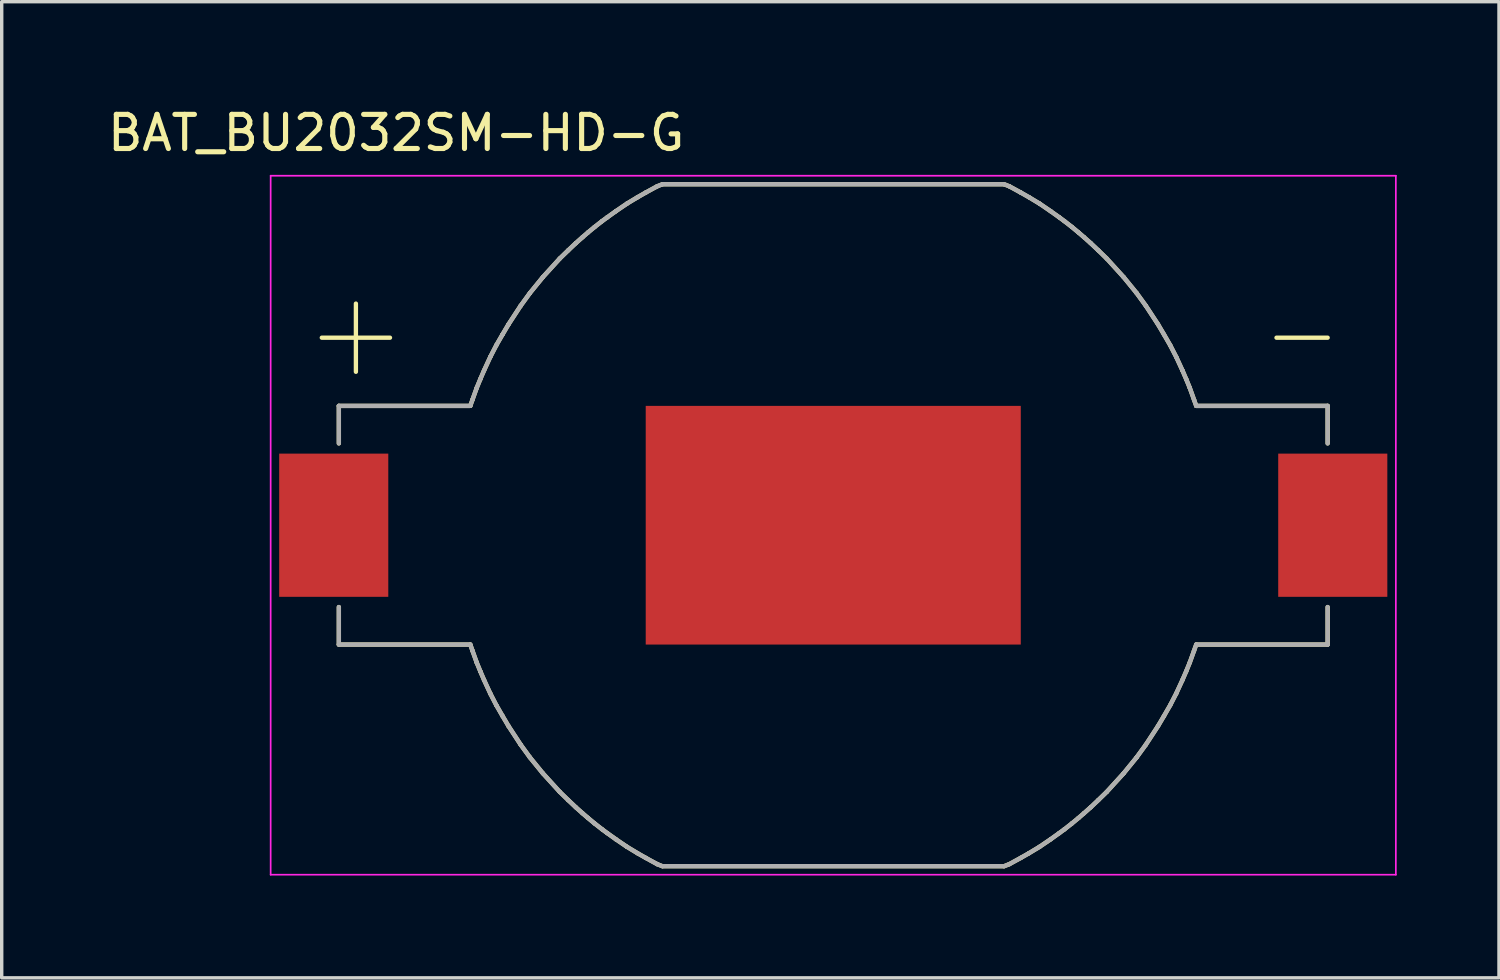
<source format=kicad_pcb>
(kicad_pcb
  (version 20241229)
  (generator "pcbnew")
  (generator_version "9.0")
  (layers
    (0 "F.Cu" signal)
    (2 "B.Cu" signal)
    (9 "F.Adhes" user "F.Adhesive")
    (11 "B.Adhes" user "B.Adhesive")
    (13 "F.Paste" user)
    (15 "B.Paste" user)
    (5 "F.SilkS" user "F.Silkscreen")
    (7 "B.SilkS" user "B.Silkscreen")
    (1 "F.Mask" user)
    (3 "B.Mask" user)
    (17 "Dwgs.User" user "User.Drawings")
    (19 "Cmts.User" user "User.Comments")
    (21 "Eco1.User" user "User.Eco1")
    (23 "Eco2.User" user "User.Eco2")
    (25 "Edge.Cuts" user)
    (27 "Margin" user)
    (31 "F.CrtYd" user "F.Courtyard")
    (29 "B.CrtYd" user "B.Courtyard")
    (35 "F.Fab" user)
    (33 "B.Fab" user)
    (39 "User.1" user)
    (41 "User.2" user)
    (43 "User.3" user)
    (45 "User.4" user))
  (footprint "BAT_BU2032SM-HD-G"
    (layer "F.Cu")
    (at 21.388 12.354)
    (property "Reference" "BAT_BU2032SM-HD-G" (at -12.819 -11.504 0) (layer "F.SilkS") (effects (font (size 1.002 1.002) (thickness 0.15))))
    (attr through_hole)
    (fp_poly (pts (xy -5.5 -3.5) (xy 5.5 -3.5) (xy 5.5 3.5) (xy -5.5 3.5)) (stroke (width 0.000009) (type solid)) (fill yes) (layer "F.Cu"))
    (fp_poly (pts (xy -5.6 -3.6) (xy 5.6 -3.6) (xy 5.6 3.6) (xy -5.6 3.6)) (stroke (width 0.000009) (type solid)) (fill yes) (layer "F.Mask"))
    (fp_line (start -15 -5.5) (end -13 -5.5) (stroke (width 0.127) (type solid)) (layer "F.SilkS"))
    (fp_line (start -14.5 -3.5) (end -10.645 -3.5) (stroke (width 0.127) (type solid)) (layer "F.SilkS"))
    (fp_line (start -14.5 -2.4) (end -14.5 -3.5) (stroke (width 0.127) (type solid)) (layer "F.SilkS"))
    (fp_line (start -14.5 2.4) (end -14.5 3.5) (stroke (width 0.127) (type solid)) (layer "F.SilkS"))
    (fp_line (start -14.5 3.5) (end -10.645 3.5) (stroke (width 0.127) (type solid)) (layer "F.SilkS"))
    (fp_line (start -14 -6.5) (end -14 -4.5) (stroke (width 0.127) (type solid)) (layer "F.SilkS"))
    (fp_line (start -10.645 -3.5) (end -10.581 -3.681) (stroke (width 0.127) (type solid)) (layer "F.SilkS"))
    (fp_line (start -10.645 3.5) (end -10.581 3.681) (stroke (width 0.127) (type solid)) (layer "F.SilkS"))
    (fp_line (start -10.581 -3.681) (end -10.458 -4.024) (stroke (width 0.127) (type solid)) (layer "F.SilkS"))
    (fp_line (start -10.581 3.681) (end -10.458 4.024) (stroke (width 0.127) (type solid)) (layer "F.SilkS"))
    (fp_line (start -10.458 -4.024) (end -10.35 -4.287) (stroke (width 0.127) (type solid)) (layer "F.SilkS"))
    (fp_line (start -10.458 4.024) (end -10.35 4.287) (stroke (width 0.127) (type solid)) (layer "F.SilkS"))
    (fp_line (start -10.35 -4.287) (end -10.242 -4.538) (stroke (width 0.127) (type solid)) (layer "F.SilkS"))
    (fp_line (start -10.35 4.287) (end -10.242 4.538) (stroke (width 0.127) (type solid)) (layer "F.SilkS"))
    (fp_line (start -10.242 -4.538) (end -10.058 -4.937) (stroke (width 0.127) (type solid)) (layer "F.SilkS"))
    (fp_line (start -10.242 4.538) (end -10.058 4.937) (stroke (width 0.127) (type solid)) (layer "F.SilkS"))
    (fp_line (start -10.058 -4.937) (end -9.88 -5.282) (stroke (width 0.127) (type solid)) (layer "F.SilkS"))
    (fp_line (start -10.058 4.937) (end -9.88 5.282) (stroke (width 0.127) (type solid)) (layer "F.SilkS"))
    (fp_line (start -9.88 -5.282) (end -9.7 -5.594) (stroke (width 0.127) (type solid)) (layer "F.SilkS"))
    (fp_line (start -9.88 5.282) (end -9.7 5.594) (stroke (width 0.127) (type solid)) (layer "F.SilkS"))
    (fp_line (start -9.7 -5.594) (end -9.524 -5.892) (stroke (width 0.127) (type solid)) (layer "F.SilkS"))
    (fp_line (start -9.7 5.594) (end -9.524 5.892) (stroke (width 0.127) (type solid)) (layer "F.SilkS"))
    (fp_line (start -9.524 -5.892) (end -9.168 -6.436) (stroke (width 0.127) (type solid)) (layer "F.SilkS"))
    (fp_line (start -9.524 5.892) (end -9.168 6.436) (stroke (width 0.127) (type solid)) (layer "F.SilkS"))
    (fp_line (start -9.168 -6.436) (end -8.897 -6.809) (stroke (width 0.127) (type solid)) (layer "F.SilkS"))
    (fp_line (start -9.168 6.436) (end -8.897 6.809) (stroke (width 0.127) (type solid)) (layer "F.SilkS"))
    (fp_line (start -8.897 -6.809) (end -8.516 -7.277) (stroke (width 0.127) (type solid)) (layer "F.SilkS"))
    (fp_line (start -8.897 6.809) (end -8.516 7.277) (stroke (width 0.127) (type solid)) (layer "F.SilkS"))
    (fp_line (start -8.516 -7.277) (end -8.022 -7.82) (stroke (width 0.127) (type solid)) (layer "F.SilkS"))
    (fp_line (start -8.516 7.277) (end -8.022 7.82) (stroke (width 0.127) (type solid)) (layer "F.SilkS"))
    (fp_line (start -8.022 -7.82) (end -7.774 -8.061) (stroke (width 0.127) (type solid)) (layer "F.SilkS"))
    (fp_line (start -8.022 7.82) (end -7.774 8.061) (stroke (width 0.127) (type solid)) (layer "F.SilkS"))
    (fp_line (start -7.774 -8.061) (end -7.55 -8.273) (stroke (width 0.127) (type solid)) (layer "F.SilkS"))
    (fp_line (start -7.774 8.061) (end -7.55 8.273) (stroke (width 0.127) (type solid)) (layer "F.SilkS"))
    (fp_line (start -7.55 -8.273) (end -7.354 -8.447) (stroke (width 0.127) (type solid)) (layer "F.SilkS"))
    (fp_line (start -7.55 8.273) (end -7.354 8.447) (stroke (width 0.127) (type solid)) (layer "F.SilkS"))
    (fp_line (start -7.354 -8.447) (end -7.193 -8.586) (stroke (width 0.127) (type solid)) (layer "F.SilkS"))
    (fp_line (start -7.354 8.447) (end -7.193 8.586) (stroke (width 0.127) (type solid)) (layer "F.SilkS"))
    (fp_line (start -7.193 -8.586) (end -7 -8.746) (stroke (width 0.127) (type solid)) (layer "F.SilkS"))
    (fp_line (start -7.193 8.586) (end -7 8.746) (stroke (width 0.127) (type solid)) (layer "F.SilkS"))
    (fp_line (start -7 -8.746) (end -6.779 -8.919) (stroke (width 0.127) (type solid)) (layer "F.SilkS"))
    (fp_line (start -7 8.746) (end -6.779 8.919) (stroke (width 0.127) (type solid)) (layer "F.SilkS"))
    (fp_line (start -6.779 -8.919) (end -6.628 -9.03) (stroke (width 0.127) (type solid)) (layer "F.SilkS"))
    (fp_line (start -6.779 8.919) (end -6.628 9.03) (stroke (width 0.127) (type solid)) (layer "F.SilkS"))
    (fp_line (start -6.628 -9.03) (end -6.375 -9.211) (stroke (width 0.127) (type solid)) (layer "F.SilkS"))
    (fp_line (start -6.628 9.03) (end -6.375 9.211) (stroke (width 0.127) (type solid)) (layer "F.SilkS"))
    (fp_line (start -6.375 -9.211) (end -6.049 -9.433) (stroke (width 0.127) (type solid)) (layer "F.SilkS"))
    (fp_line (start -6.375 9.211) (end -6.049 9.433) (stroke (width 0.127) (type solid)) (layer "F.SilkS"))
    (fp_line (start -6.049 -9.433) (end -5.741 -9.619) (stroke (width 0.127) (type solid)) (layer "F.SilkS"))
    (fp_line (start -6.049 9.433) (end -5.741 9.619) (stroke (width 0.127) (type solid)) (layer "F.SilkS"))
    (fp_line (start -5.741 -9.619) (end -5.497 -9.758) (stroke (width 0.127) (type solid)) (layer "F.SilkS"))
    (fp_line (start -5.741 9.619) (end -5.497 9.758) (stroke (width 0.127) (type solid)) (layer "F.SilkS"))
    (fp_line (start -5.497 -9.758) (end -5.166 -9.939) (stroke (width 0.127) (type solid)) (layer "F.SilkS"))
    (fp_line (start -5.497 9.758) (end -5.166 9.939) (stroke (width 0.127) (type solid)) (layer "F.SilkS"))
    (fp_line (start -5.166 -9.939) (end -5.013 -10) (stroke (width 0.127) (type solid)) (layer "F.SilkS"))
    (fp_line (start -5.166 9.939) (end -5.013 10) (stroke (width 0.127) (type solid)) (layer "F.SilkS"))
    (fp_line (start -5 -10) (end 5 -10) (stroke (width 0.127) (type solid)) (layer "F.SilkS"))
    (fp_line (start -5 10) (end 5 10) (stroke (width 0.127) (type solid)) (layer "F.SilkS"))
    (fp_line (start 5.166 -9.939) (end 5.013 -10) (stroke (width 0.127) (type solid)) (layer "F.SilkS"))
    (fp_line (start 5.166 9.939) (end 5.013 10) (stroke (width 0.127) (type solid)) (layer "F.SilkS"))
    (fp_line (start 5.497 -9.758) (end 5.166 -9.939) (stroke (width 0.127) (type solid)) (layer "F.SilkS"))
    (fp_line (start 5.497 9.758) (end 5.166 9.939) (stroke (width 0.127) (type solid)) (layer "F.SilkS"))
    (fp_line (start 5.741 -9.619) (end 5.497 -9.758) (stroke (width 0.127) (type solid)) (layer "F.SilkS"))
    (fp_line (start 5.741 9.619) (end 5.497 9.758) (stroke (width 0.127) (type solid)) (layer "F.SilkS"))
    (fp_line (start 6.049 -9.433) (end 5.741 -9.619) (stroke (width 0.127) (type solid)) (layer "F.SilkS"))
    (fp_line (start 6.049 9.433) (end 5.741 9.619) (stroke (width 0.127) (type solid)) (layer "F.SilkS"))
    (fp_line (start 6.375 -9.211) (end 6.049 -9.433) (stroke (width 0.127) (type solid)) (layer "F.SilkS"))
    (fp_line (start 6.375 9.211) (end 6.049 9.433) (stroke (width 0.127) (type solid)) (layer "F.SilkS"))
    (fp_line (start 6.628 -9.03) (end 6.375 -9.211) (stroke (width 0.127) (type solid)) (layer "F.SilkS"))
    (fp_line (start 6.628 9.03) (end 6.375 9.211) (stroke (width 0.127) (type solid)) (layer "F.SilkS"))
    (fp_line (start 6.779 -8.919) (end 6.628 -9.03) (stroke (width 0.127) (type solid)) (layer "F.SilkS"))
    (fp_line (start 6.779 8.919) (end 6.628 9.03) (stroke (width 0.127) (type solid)) (layer "F.SilkS"))
    (fp_line (start 7 -8.746) (end 6.779 -8.919) (stroke (width 0.127) (type solid)) (layer "F.SilkS"))
    (fp_line (start 7 8.746) (end 6.779 8.919) (stroke (width 0.127) (type solid)) (layer "F.SilkS"))
    (fp_line (start 7.193 -8.586) (end 7 -8.746) (stroke (width 0.127) (type solid)) (layer "F.SilkS"))
    (fp_line (start 7.193 8.586) (end 7 8.746) (stroke (width 0.127) (type solid)) (layer "F.SilkS"))
    (fp_line (start 7.354 -8.447) (end 7.193 -8.586) (stroke (width 0.127) (type solid)) (layer "F.SilkS"))
    (fp_line (start 7.354 8.447) (end 7.193 8.586) (stroke (width 0.127) (type solid)) (layer "F.SilkS"))
    (fp_line (start 7.55 -8.273) (end 7.354 -8.447) (stroke (width 0.127) (type solid)) (layer "F.SilkS"))
    (fp_line (start 7.55 8.273) (end 7.354 8.447) (stroke (width 0.127) (type solid)) (layer "F.SilkS"))
    (fp_line (start 7.774 -8.061) (end 7.55 -8.273) (stroke (width 0.127) (type solid)) (layer "F.SilkS"))
    (fp_line (start 7.774 8.061) (end 7.55 8.273) (stroke (width 0.127) (type solid)) (layer "F.SilkS"))
    (fp_line (start 8.022 -7.82) (end 7.774 -8.061) (stroke (width 0.127) (type solid)) (layer "F.SilkS"))
    (fp_line (start 8.022 7.82) (end 7.774 8.061) (stroke (width 0.127) (type solid)) (layer "F.SilkS"))
    (fp_line (start 8.516 -7.277) (end 8.022 -7.82) (stroke (width 0.127) (type solid)) (layer "F.SilkS"))
    (fp_line (start 8.516 7.277) (end 8.022 7.82) (stroke (width 0.127) (type solid)) (layer "F.SilkS"))
    (fp_line (start 8.897 -6.809) (end 8.516 -7.277) (stroke (width 0.127) (type solid)) (layer "F.SilkS"))
    (fp_line (start 8.897 6.809) (end 8.516 7.277) (stroke (width 0.127) (type solid)) (layer "F.SilkS"))
    (fp_line (start 9.168 -6.436) (end 8.897 -6.809) (stroke (width 0.127) (type solid)) (layer "F.SilkS"))
    (fp_line (start 9.168 6.436) (end 8.897 6.809) (stroke (width 0.127) (type solid)) (layer "F.SilkS"))
    (fp_line (start 9.524 -5.892) (end 9.168 -6.436) (stroke (width 0.127) (type solid)) (layer "F.SilkS"))
    (fp_line (start 9.524 5.892) (end 9.168 6.436) (stroke (width 0.127) (type solid)) (layer "F.SilkS"))
    (fp_line (start 9.7 -5.594) (end 9.524 -5.892) (stroke (width 0.127) (type solid)) (layer "F.SilkS"))
    (fp_line (start 9.7 5.594) (end 9.524 5.892) (stroke (width 0.127) (type solid)) (layer "F.SilkS"))
    (fp_line (start 9.88 -5.282) (end 9.7 -5.594) (stroke (width 0.127) (type solid)) (layer "F.SilkS"))
    (fp_line (start 9.88 5.282) (end 9.7 5.594) (stroke (width 0.127) (type solid)) (layer "F.SilkS"))
    (fp_line (start 10.058 -4.937) (end 9.88 -5.282) (stroke (width 0.127) (type solid)) (layer "F.SilkS"))
    (fp_line (start 10.058 4.937) (end 9.88 5.282) (stroke (width 0.127) (type solid)) (layer "F.SilkS"))
    (fp_line (start 10.242 -4.538) (end 10.058 -4.937) (stroke (width 0.127) (type solid)) (layer "F.SilkS"))
    (fp_line (start 10.242 4.538) (end 10.058 4.937) (stroke (width 0.127) (type solid)) (layer "F.SilkS"))
    (fp_line (start 10.35 -4.287) (end 10.242 -4.538) (stroke (width 0.127) (type solid)) (layer "F.SilkS"))
    (fp_line (start 10.35 4.287) (end 10.242 4.538) (stroke (width 0.127) (type solid)) (layer "F.SilkS"))
    (fp_line (start 10.458 -4.024) (end 10.35 -4.287) (stroke (width 0.127) (type solid)) (layer "F.SilkS"))
    (fp_line (start 10.458 4.024) (end 10.35 4.287) (stroke (width 0.127) (type solid)) (layer "F.SilkS"))
    (fp_line (start 10.581 -3.681) (end 10.458 -4.024) (stroke (width 0.127) (type solid)) (layer "F.SilkS"))
    (fp_line (start 10.581 3.681) (end 10.458 4.024) (stroke (width 0.127) (type solid)) (layer "F.SilkS"))
    (fp_line (start 10.645 -3.5) (end 10.581 -3.681) (stroke (width 0.127) (type solid)) (layer "F.SilkS"))
    (fp_line (start 10.645 3.5) (end 10.581 3.681) (stroke (width 0.127) (type solid)) (layer "F.SilkS"))
    (fp_line (start 13 -5.5) (end 14.5 -5.5) (stroke (width 0.127) (type solid)) (layer "F.SilkS"))
    (fp_line (start 14.5 -3.5) (end 10.645 -3.5) (stroke (width 0.127) (type solid)) (layer "F.SilkS"))
    (fp_line (start 14.5 -2.4) (end 14.5 -3.5) (stroke (width 0.127) (type solid)) (layer "F.SilkS"))
    (fp_line (start 14.5 2.4) (end 14.5 3.5) (stroke (width 0.127) (type solid)) (layer "F.SilkS"))
    (fp_line (start 14.5 3.5) (end 10.645 3.5) (stroke (width 0.127) (type solid)) (layer "F.SilkS"))
    (fp_line (start -16.5 -10.25) (end -16.5 10.25) (stroke (width 0.05) (type solid)) (layer "F.CrtYd"))
    (fp_line (start -16.5 10.25) (end 16.5 10.25) (stroke (width 0.05) (type solid)) (layer "F.CrtYd"))
    (fp_line (start 16.5 -10.25) (end -16.5 -10.25) (stroke (width 0.05) (type solid)) (layer "F.CrtYd"))
    (fp_line (start 16.5 10.25) (end 16.5 -10.25) (stroke (width 0.05) (type solid)) (layer "F.CrtYd"))
    (fp_line (start -14.5 -3.5) (end -10.645 -3.5) (stroke (width 0.127) (type solid)) (layer "F.Fab"))
    (fp_line (start -14.5 -2.4) (end -14.5 -3.5) (stroke (width 0.127) (type solid)) (layer "F.Fab"))
    (fp_line (start -14.5 2.4) (end -14.5 3.5) (stroke (width 0.127) (type solid)) (layer "F.Fab"))
    (fp_line (start -14.5 3.5) (end -10.645 3.5) (stroke (width 0.127) (type solid)) (layer "F.Fab"))
    (fp_line (start -10.645 -3.5) (end -10.581 -3.681) (stroke (width 0.127) (type solid)) (layer "F.Fab"))
    (fp_line (start -10.645 3.5) (end -10.581 3.681) (stroke (width 0.127) (type solid)) (layer "F.Fab"))
    (fp_line (start -10.581 -3.681) (end -10.458 -4.024) (stroke (width 0.127) (type solid)) (layer "F.Fab"))
    (fp_line (start -10.581 3.681) (end -10.458 4.024) (stroke (width 0.127) (type solid)) (layer "F.Fab"))
    (fp_line (start -10.458 -4.024) (end -10.35 -4.287) (stroke (width 0.127) (type solid)) (layer "F.Fab"))
    (fp_line (start -10.458 4.024) (end -10.35 4.287) (stroke (width 0.127) (type solid)) (layer "F.Fab"))
    (fp_line (start -10.35 -4.287) (end -10.242 -4.538) (stroke (width 0.127) (type solid)) (layer "F.Fab"))
    (fp_line (start -10.35 4.287) (end -10.242 4.538) (stroke (width 0.127) (type solid)) (layer "F.Fab"))
    (fp_line (start -10.242 -4.538) (end -10.058 -4.937) (stroke (width 0.127) (type solid)) (layer "F.Fab"))
    (fp_line (start -10.242 4.538) (end -10.058 4.937) (stroke (width 0.127) (type solid)) (layer "F.Fab"))
    (fp_line (start -10.058 -4.937) (end -9.88 -5.282) (stroke (width 0.127) (type solid)) (layer "F.Fab"))
    (fp_line (start -10.058 4.937) (end -9.88 5.282) (stroke (width 0.127) (type solid)) (layer "F.Fab"))
    (fp_line (start -9.88 -5.282) (end -9.7 -5.594) (stroke (width 0.127) (type solid)) (layer "F.Fab"))
    (fp_line (start -9.88 5.282) (end -9.7 5.594) (stroke (width 0.127) (type solid)) (layer "F.Fab"))
    (fp_line (start -9.7 -5.594) (end -9.524 -5.892) (stroke (width 0.127) (type solid)) (layer "F.Fab"))
    (fp_line (start -9.7 5.594) (end -9.524 5.892) (stroke (width 0.127) (type solid)) (layer "F.Fab"))
    (fp_line (start -9.524 -5.892) (end -9.168 -6.436) (stroke (width 0.127) (type solid)) (layer "F.Fab"))
    (fp_line (start -9.524 5.892) (end -9.168 6.436) (stroke (width 0.127) (type solid)) (layer "F.Fab"))
    (fp_line (start -9.168 -6.436) (end -8.897 -6.809) (stroke (width 0.127) (type solid)) (layer "F.Fab"))
    (fp_line (start -9.168 6.436) (end -8.897 6.809) (stroke (width 0.127) (type solid)) (layer "F.Fab"))
    (fp_line (start -8.897 -6.809) (end -8.516 -7.277) (stroke (width 0.127) (type solid)) (layer "F.Fab"))
    (fp_line (start -8.897 6.809) (end -8.516 7.277) (stroke (width 0.127) (type solid)) (layer "F.Fab"))
    (fp_line (start -8.516 -7.277) (end -8.022 -7.82) (stroke (width 0.127) (type solid)) (layer "F.Fab"))
    (fp_line (start -8.516 7.277) (end -8.022 7.82) (stroke (width 0.127) (type solid)) (layer "F.Fab"))
    (fp_line (start -8.022 -7.82) (end -7.774 -8.061) (stroke (width 0.127) (type solid)) (layer "F.Fab"))
    (fp_line (start -8.022 7.82) (end -7.774 8.061) (stroke (width 0.127) (type solid)) (layer "F.Fab"))
    (fp_line (start -7.774 -8.061) (end -7.55 -8.273) (stroke (width 0.127) (type solid)) (layer "F.Fab"))
    (fp_line (start -7.774 8.061) (end -7.55 8.273) (stroke (width 0.127) (type solid)) (layer "F.Fab"))
    (fp_line (start -7.55 -8.273) (end -7.354 -8.447) (stroke (width 0.127) (type solid)) (layer "F.Fab"))
    (fp_line (start -7.55 8.273) (end -7.354 8.447) (stroke (width 0.127) (type solid)) (layer "F.Fab"))
    (fp_line (start -7.354 -8.447) (end -7.193 -8.586) (stroke (width 0.127) (type solid)) (layer "F.Fab"))
    (fp_line (start -7.354 8.447) (end -7.193 8.586) (stroke (width 0.127) (type solid)) (layer "F.Fab"))
    (fp_line (start -7.193 -8.586) (end -7 -8.746) (stroke (width 0.127) (type solid)) (layer "F.Fab"))
    (fp_line (start -7.193 8.586) (end -7 8.746) (stroke (width 0.127) (type solid)) (layer "F.Fab"))
    (fp_line (start -7 -8.746) (end -6.779 -8.919) (stroke (width 0.127) (type solid)) (layer "F.Fab"))
    (fp_line (start -7 8.746) (end -6.779 8.919) (stroke (width 0.127) (type solid)) (layer "F.Fab"))
    (fp_line (start -6.779 -8.919) (end -6.628 -9.03) (stroke (width 0.127) (type solid)) (layer "F.Fab"))
    (fp_line (start -6.779 8.919) (end -6.628 9.03) (stroke (width 0.127) (type solid)) (layer "F.Fab"))
    (fp_line (start -6.628 -9.03) (end -6.375 -9.211) (stroke (width 0.127) (type solid)) (layer "F.Fab"))
    (fp_line (start -6.628 9.03) (end -6.375 9.211) (stroke (width 0.127) (type solid)) (layer "F.Fab"))
    (fp_line (start -6.375 -9.211) (end -6.049 -9.433) (stroke (width 0.127) (type solid)) (layer "F.Fab"))
    (fp_line (start -6.375 9.211) (end -6.049 9.433) (stroke (width 0.127) (type solid)) (layer "F.Fab"))
    (fp_line (start -6.049 -9.433) (end -5.741 -9.619) (stroke (width 0.127) (type solid)) (layer "F.Fab"))
    (fp_line (start -6.049 9.433) (end -5.741 9.619) (stroke (width 0.127) (type solid)) (layer "F.Fab"))
    (fp_line (start -5.741 -9.619) (end -5.497 -9.758) (stroke (width 0.127) (type solid)) (layer "F.Fab"))
    (fp_line (start -5.741 9.619) (end -5.497 9.758) (stroke (width 0.127) (type solid)) (layer "F.Fab"))
    (fp_line (start -5.497 -9.758) (end -5.166 -9.939) (stroke (width 0.127) (type solid)) (layer "F.Fab"))
    (fp_line (start -5.497 9.758) (end -5.166 9.939) (stroke (width 0.127) (type solid)) (layer "F.Fab"))
    (fp_line (start -5.166 -9.939) (end -5.013 -10) (stroke (width 0.127) (type solid)) (layer "F.Fab"))
    (fp_line (start -5.166 9.939) (end -5.013 10) (stroke (width 0.127) (type solid)) (layer "F.Fab"))
    (fp_line (start -5 -10) (end 5 -10) (stroke (width 0.127) (type solid)) (layer "F.Fab"))
    (fp_line (start -5 10) (end 5 10) (stroke (width 0.127) (type solid)) (layer "F.Fab"))
    (fp_line (start 5.166 -9.939) (end 5.013 -10) (stroke (width 0.127) (type solid)) (layer "F.Fab"))
    (fp_line (start 5.166 9.939) (end 5.013 10) (stroke (width 0.127) (type solid)) (layer "F.Fab"))
    (fp_line (start 5.497 -9.758) (end 5.166 -9.939) (stroke (width 0.127) (type solid)) (layer "F.Fab"))
    (fp_line (start 5.497 9.758) (end 5.166 9.939) (stroke (width 0.127) (type solid)) (layer "F.Fab"))
    (fp_line (start 5.741 -9.619) (end 5.497 -9.758) (stroke (width 0.127) (type solid)) (layer "F.Fab"))
    (fp_line (start 5.741 9.619) (end 5.497 9.758) (stroke (width 0.127) (type solid)) (layer "F.Fab"))
    (fp_line (start 6.049 -9.433) (end 5.741 -9.619) (stroke (width 0.127) (type solid)) (layer "F.Fab"))
    (fp_line (start 6.049 9.433) (end 5.741 9.619) (stroke (width 0.127) (type solid)) (layer "F.Fab"))
    (fp_line (start 6.375 -9.211) (end 6.049 -9.433) (stroke (width 0.127) (type solid)) (layer "F.Fab"))
    (fp_line (start 6.375 9.211) (end 6.049 9.433) (stroke (width 0.127) (type solid)) (layer "F.Fab"))
    (fp_line (start 6.628 -9.03) (end 6.375 -9.211) (stroke (width 0.127) (type solid)) (layer "F.Fab"))
    (fp_line (start 6.628 9.03) (end 6.375 9.211) (stroke (width 0.127) (type solid)) (layer "F.Fab"))
    (fp_line (start 6.779 -8.919) (end 6.628 -9.03) (stroke (width 0.127) (type solid)) (layer "F.Fab"))
    (fp_line (start 6.779 8.919) (end 6.628 9.03) (stroke (width 0.127) (type solid)) (layer "F.Fab"))
    (fp_line (start 7 -8.746) (end 6.779 -8.919) (stroke (width 0.127) (type solid)) (layer "F.Fab"))
    (fp_line (start 7 8.746) (end 6.779 8.919) (stroke (width 0.127) (type solid)) (layer "F.Fab"))
    (fp_line (start 7.193 -8.586) (end 7 -8.746) (stroke (width 0.127) (type solid)) (layer "F.Fab"))
    (fp_line (start 7.193 8.586) (end 7 8.746) (stroke (width 0.127) (type solid)) (layer "F.Fab"))
    (fp_line (start 7.354 -8.447) (end 7.193 -8.586) (stroke (width 0.127) (type solid)) (layer "F.Fab"))
    (fp_line (start 7.354 8.447) (end 7.193 8.586) (stroke (width 0.127) (type solid)) (layer "F.Fab"))
    (fp_line (start 7.55 -8.273) (end 7.354 -8.447) (stroke (width 0.127) (type solid)) (layer "F.Fab"))
    (fp_line (start 7.55 8.273) (end 7.354 8.447) (stroke (width 0.127) (type solid)) (layer "F.Fab"))
    (fp_line (start 7.774 -8.061) (end 7.55 -8.273) (stroke (width 0.127) (type solid)) (layer "F.Fab"))
    (fp_line (start 7.774 8.061) (end 7.55 8.273) (stroke (width 0.127) (type solid)) (layer "F.Fab"))
    (fp_line (start 8.022 -7.82) (end 7.774 -8.061) (stroke (width 0.127) (type solid)) (layer "F.Fab"))
    (fp_line (start 8.022 7.82) (end 7.774 8.061) (stroke (width 0.127) (type solid)) (layer "F.Fab"))
    (fp_line (start 8.516 -7.277) (end 8.022 -7.82) (stroke (width 0.127) (type solid)) (layer "F.Fab"))
    (fp_line (start 8.516 7.277) (end 8.022 7.82) (stroke (width 0.127) (type solid)) (layer "F.Fab"))
    (fp_line (start 8.897 -6.809) (end 8.516 -7.277) (stroke (width 0.127) (type solid)) (layer "F.Fab"))
    (fp_line (start 8.897 6.809) (end 8.516 7.277) (stroke (width 0.127) (type solid)) (layer "F.Fab"))
    (fp_line (start 9.168 -6.436) (end 8.897 -6.809) (stroke (width 0.127) (type solid)) (layer "F.Fab"))
    (fp_line (start 9.168 6.436) (end 8.897 6.809) (stroke (width 0.127) (type solid)) (layer "F.Fab"))
    (fp_line (start 9.524 -5.892) (end 9.168 -6.436) (stroke (width 0.127) (type solid)) (layer "F.Fab"))
    (fp_line (start 9.524 5.892) (end 9.168 6.436) (stroke (width 0.127) (type solid)) (layer "F.Fab"))
    (fp_line (start 9.7 -5.594) (end 9.524 -5.892) (stroke (width 0.127) (type solid)) (layer "F.Fab"))
    (fp_line (start 9.7 5.594) (end 9.524 5.892) (stroke (width 0.127) (type solid)) (layer "F.Fab"))
    (fp_line (start 9.88 -5.282) (end 9.7 -5.594) (stroke (width 0.127) (type solid)) (layer "F.Fab"))
    (fp_line (start 9.88 5.282) (end 9.7 5.594) (stroke (width 0.127) (type solid)) (layer "F.Fab"))
    (fp_line (start 10.058 -4.937) (end 9.88 -5.282) (stroke (width 0.127) (type solid)) (layer "F.Fab"))
    (fp_line (start 10.058 4.937) (end 9.88 5.282) (stroke (width 0.127) (type solid)) (layer "F.Fab"))
    (fp_line (start 10.242 -4.538) (end 10.058 -4.937) (stroke (width 0.127) (type solid)) (layer "F.Fab"))
    (fp_line (start 10.242 4.538) (end 10.058 4.937) (stroke (width 0.127) (type solid)) (layer "F.Fab"))
    (fp_line (start 10.35 -4.287) (end 10.242 -4.538) (stroke (width 0.127) (type solid)) (layer "F.Fab"))
    (fp_line (start 10.35 4.287) (end 10.242 4.538) (stroke (width 0.127) (type solid)) (layer "F.Fab"))
    (fp_line (start 10.458 -4.024) (end 10.35 -4.287) (stroke (width 0.127) (type solid)) (layer "F.Fab"))
    (fp_line (start 10.458 4.024) (end 10.35 4.287) (stroke (width 0.127) (type solid)) (layer "F.Fab"))
    (fp_line (start 10.581 -3.681) (end 10.458 -4.024) (stroke (width 0.127) (type solid)) (layer "F.Fab"))
    (fp_line (start 10.581 3.681) (end 10.458 4.024) (stroke (width 0.127) (type solid)) (layer "F.Fab"))
    (fp_line (start 10.645 -3.5) (end 10.581 -3.681) (stroke (width 0.127) (type solid)) (layer "F.Fab"))
    (fp_line (start 10.645 3.5) (end 10.581 3.681) (stroke (width 0.127) (type solid)) (layer "F.Fab"))
    (fp_line (start 14.5 -3.5) (end 10.645 -3.5) (stroke (width 0.127) (type solid)) (layer "F.Fab"))
    (fp_line (start 14.5 -2.4) (end 14.5 -3.5) (stroke (width 0.127) (type solid)) (layer "F.Fab"))
    (fp_line (start 14.5 2.4) (end 14.5 3.5) (stroke (width 0.127) (type solid)) (layer "F.Fab"))
    (fp_line (start 14.5 3.5) (end 10.645 3.5) (stroke (width 0.127) (type solid)) (layer "F.Fab"))
    (pad "+" smd rect (at -14.65 0) (size 3.2 4.2) (layers "F.Cu" "F.Mask" "F.Paste"))
    (pad "-" smd rect (at 14.65 0) (size 3.2 4.2) (layers "F.Cu" "F.Mask" "F.Paste")))
  (gr_rect
    (start -3 -3)
    (end 40.913 25.629)
    (stroke (width 0.1) (type default))
    (fill no)
    (layer "Edge.Cuts")))
</source>
